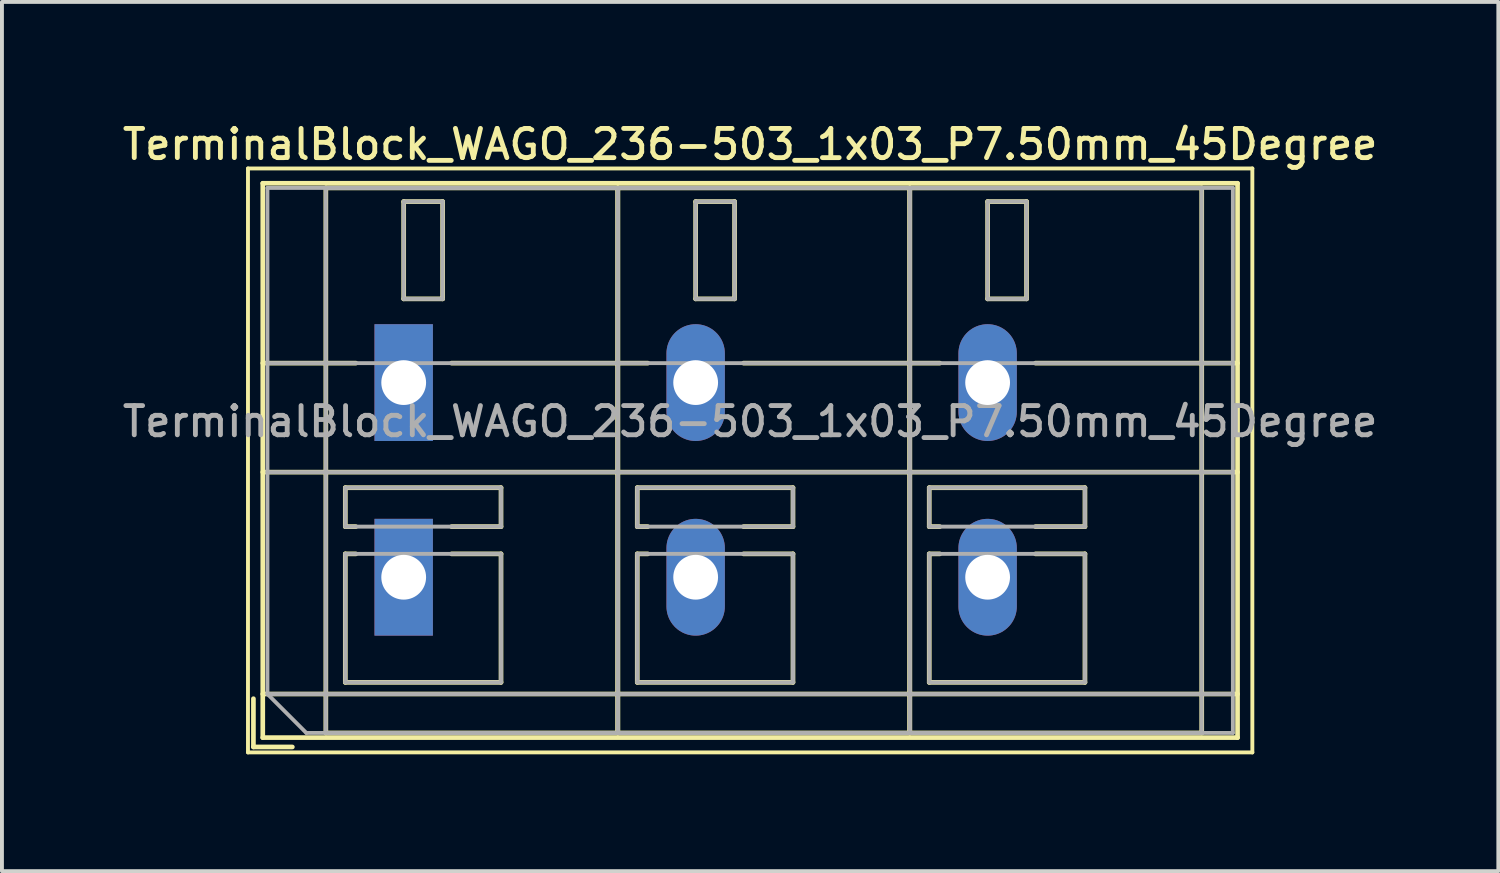
<source format=kicad_pcb>
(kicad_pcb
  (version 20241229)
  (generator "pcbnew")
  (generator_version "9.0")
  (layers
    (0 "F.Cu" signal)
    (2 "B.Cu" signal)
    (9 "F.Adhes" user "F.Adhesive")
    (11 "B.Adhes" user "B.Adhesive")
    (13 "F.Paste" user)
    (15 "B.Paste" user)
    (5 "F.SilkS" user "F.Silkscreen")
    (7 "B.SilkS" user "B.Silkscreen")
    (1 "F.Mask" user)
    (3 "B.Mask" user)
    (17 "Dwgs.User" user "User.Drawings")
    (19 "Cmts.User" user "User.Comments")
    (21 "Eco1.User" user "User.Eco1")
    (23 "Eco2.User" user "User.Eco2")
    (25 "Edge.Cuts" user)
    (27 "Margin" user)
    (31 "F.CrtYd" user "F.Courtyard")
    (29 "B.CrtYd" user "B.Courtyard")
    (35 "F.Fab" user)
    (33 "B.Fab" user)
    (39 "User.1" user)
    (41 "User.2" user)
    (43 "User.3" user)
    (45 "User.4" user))
  (footprint "TerminalBlock_WAGO_236-503_1x03_P7.50mm_45Degree"
    (layer "F.Cu")
    (at 7.32 6.778)
    (property "Reference" "TerminalBlock_WAGO_236-503_1x03_P7.50mm_45Degree" (at 8.9 -6.12 0) (layer "F.SilkS") (effects (font (size 0.75 0.75) (thickness 0.125))))
    (attr through_hole)
    (fp_line (start -4 -5.5) (end -4 9.5) (stroke (width 0.1) (type solid)) (layer "F.SilkS"))
    (fp_line (start -4 9.5) (end 21.8 9.5) (stroke (width 0.1) (type solid)) (layer "F.SilkS"))
    (fp_line (start -3.86 8.12) (end -3.86 9.36) (stroke (width 0.12) (type solid)) (layer "F.SilkS"))
    (fp_line (start -3.86 9.36) (end -2.86 9.36) (stroke (width 0.12) (type solid)) (layer "F.SilkS"))
    (fp_line (start -3.62 -5.12) (end -3.62 9.12) (stroke (width 0.12) (type solid)) (layer "F.SilkS"))
    (fp_line (start -3.62 -5.12) (end 21.42 -5.12) (stroke (width 0.12) (type solid)) (layer "F.SilkS"))
    (fp_line (start -3.62 -0.5) (end -1.23 -0.5) (stroke (width 0.12) (type solid)) (layer "F.SilkS"))
    (fp_line (start -3.62 2.3) (end 21.42 2.3) (stroke (width 0.12) (type solid)) (layer "F.SilkS"))
    (fp_line (start -3.62 8) (end 21.42 8) (stroke (width 0.12) (type solid)) (layer "F.SilkS"))
    (fp_line (start -3.62 9.12) (end 21.42 9.12) (stroke (width 0.12) (type solid)) (layer "F.SilkS"))
    (fp_line (start -2 -5) (end -2 9) (stroke (width 0.12) (type solid)) (layer "F.SilkS"))
    (fp_line (start -2 -5) (end 5.5 -5) (stroke (width 0.12) (type solid)) (layer "F.SilkS"))
    (fp_line (start -2 9) (end 5.5 9) (stroke (width 0.12) (type solid)) (layer "F.SilkS"))
    (fp_line (start -1.5 2.7) (end -1.5 3.7) (stroke (width 0.12) (type solid)) (layer "F.SilkS"))
    (fp_line (start -1.5 2.7) (end 2.5 2.7) (stroke (width 0.12) (type solid)) (layer "F.SilkS"))
    (fp_line (start -1.5 3.7) (end -1.23 3.7) (stroke (width 0.12) (type solid)) (layer "F.SilkS"))
    (fp_line (start -1.5 4.4) (end -1.5 7.7) (stroke (width 0.12) (type solid)) (layer "F.SilkS"))
    (fp_line (start -1.5 4.4) (end -1.23 4.4) (stroke (width 0.12) (type solid)) (layer "F.SilkS"))
    (fp_line (start -1.5 7.7) (end 2.5 7.7) (stroke (width 0.12) (type solid)) (layer "F.SilkS"))
    (fp_line (start 0 -4.65) (end 0 -2.151) (stroke (width 0.12) (type solid)) (layer "F.SilkS"))
    (fp_line (start 0 -4.65) (end 1 -4.65) (stroke (width 0.12) (type solid)) (layer "F.SilkS"))
    (fp_line (start 0 -2.151) (end 1 -2.151) (stroke (width 0.12) (type solid)) (layer "F.SilkS"))
    (fp_line (start 1 -4.65) (end 1 -2.151) (stroke (width 0.12) (type solid)) (layer "F.SilkS"))
    (fp_line (start 1.23 -0.5) (end 6.27 -0.5) (stroke (width 0.12) (type solid)) (layer "F.SilkS"))
    (fp_line (start 1.23 3.7) (end 2.5 3.7) (stroke (width 0.12) (type solid)) (layer "F.SilkS"))
    (fp_line (start 1.23 4.4) (end 2.5 4.4) (stroke (width 0.12) (type solid)) (layer "F.SilkS"))
    (fp_line (start 2.5 2.7) (end 2.5 3.7) (stroke (width 0.12) (type solid)) (layer "F.SilkS"))
    (fp_line (start 2.5 4.4) (end 2.5 7.7) (stroke (width 0.12) (type solid)) (layer "F.SilkS"))
    (fp_line (start 5.5 -5) (end 5.5 9) (stroke (width 0.12) (type solid)) (layer "F.SilkS"))
    (fp_line (start 5.5 -5) (end 5.5 9) (stroke (width 0.12) (type solid)) (layer "F.SilkS"))
    (fp_line (start 5.5 -5) (end 13 -5) (stroke (width 0.12) (type solid)) (layer "F.SilkS"))
    (fp_line (start 5.5 9) (end 13 9) (stroke (width 0.12) (type solid)) (layer "F.SilkS"))
    (fp_line (start 6 2.7) (end 6 3.7) (stroke (width 0.12) (type solid)) (layer "F.SilkS"))
    (fp_line (start 6 2.7) (end 10 2.7) (stroke (width 0.12) (type solid)) (layer "F.SilkS"))
    (fp_line (start 6 3.7) (end 6.27 3.7) (stroke (width 0.12) (type solid)) (layer "F.SilkS"))
    (fp_line (start 6 4.4) (end 6 7.7) (stroke (width 0.12) (type solid)) (layer "F.SilkS"))
    (fp_line (start 6 4.4) (end 6.27 4.4) (stroke (width 0.12) (type solid)) (layer "F.SilkS"))
    (fp_line (start 6 7.7) (end 10 7.7) (stroke (width 0.12) (type solid)) (layer "F.SilkS"))
    (fp_line (start 7.5 -4.65) (end 7.5 -2.151) (stroke (width 0.12) (type solid)) (layer "F.SilkS"))
    (fp_line (start 7.5 -4.65) (end 8.5 -4.65) (stroke (width 0.12) (type solid)) (layer "F.SilkS"))
    (fp_line (start 7.5 -2.151) (end 8.5 -2.151) (stroke (width 0.12) (type solid)) (layer "F.SilkS"))
    (fp_line (start 8.5 -4.65) (end 8.5 -2.151) (stroke (width 0.12) (type solid)) (layer "F.SilkS"))
    (fp_line (start 8.73 -0.5) (end 13.77 -0.5) (stroke (width 0.12) (type solid)) (layer "F.SilkS"))
    (fp_line (start 8.73 3.7) (end 10 3.7) (stroke (width 0.12) (type solid)) (layer "F.SilkS"))
    (fp_line (start 8.73 4.4) (end 10 4.4) (stroke (width 0.12) (type solid)) (layer "F.SilkS"))
    (fp_line (start 10 2.7) (end 10 3.7) (stroke (width 0.12) (type solid)) (layer "F.SilkS"))
    (fp_line (start 10 4.4) (end 10 7.7) (stroke (width 0.12) (type solid)) (layer "F.SilkS"))
    (fp_line (start 13 -5) (end 13 9) (stroke (width 0.12) (type solid)) (layer "F.SilkS"))
    (fp_line (start 13 -5) (end 13 9) (stroke (width 0.12) (type solid)) (layer "F.SilkS"))
    (fp_line (start 13 -5) (end 20.5 -5) (stroke (width 0.12) (type solid)) (layer "F.SilkS"))
    (fp_line (start 13 9) (end 20.5 9) (stroke (width 0.12) (type solid)) (layer "F.SilkS"))
    (fp_line (start 13.5 2.7) (end 13.5 3.7) (stroke (width 0.12) (type solid)) (layer "F.SilkS"))
    (fp_line (start 13.5 2.7) (end 17.5 2.7) (stroke (width 0.12) (type solid)) (layer "F.SilkS"))
    (fp_line (start 13.5 3.7) (end 13.77 3.7) (stroke (width 0.12) (type solid)) (layer "F.SilkS"))
    (fp_line (start 13.5 4.4) (end 13.5 7.7) (stroke (width 0.12) (type solid)) (layer "F.SilkS"))
    (fp_line (start 13.5 4.4) (end 13.77 4.4) (stroke (width 0.12) (type solid)) (layer "F.SilkS"))
    (fp_line (start 13.5 7.7) (end 17.5 7.7) (stroke (width 0.12) (type solid)) (layer "F.SilkS"))
    (fp_line (start 15 -4.65) (end 15 -2.151) (stroke (width 0.12) (type solid)) (layer "F.SilkS"))
    (fp_line (start 15 -4.65) (end 16 -4.65) (stroke (width 0.12) (type solid)) (layer "F.SilkS"))
    (fp_line (start 15 -2.151) (end 16 -2.151) (stroke (width 0.12) (type solid)) (layer "F.SilkS"))
    (fp_line (start 16 -4.65) (end 16 -2.151) (stroke (width 0.12) (type solid)) (layer "F.SilkS"))
    (fp_line (start 16.23 -0.5) (end 21.42 -0.5) (stroke (width 0.12) (type solid)) (layer "F.SilkS"))
    (fp_line (start 16.23 3.7) (end 17.5 3.7) (stroke (width 0.12) (type solid)) (layer "F.SilkS"))
    (fp_line (start 16.23 4.4) (end 17.5 4.4) (stroke (width 0.12) (type solid)) (layer "F.SilkS"))
    (fp_line (start 17.5 2.7) (end 17.5 3.7) (stroke (width 0.12) (type solid)) (layer "F.SilkS"))
    (fp_line (start 17.5 4.4) (end 17.5 7.7) (stroke (width 0.12) (type solid)) (layer "F.SilkS"))
    (fp_line (start 20.5 -5) (end 20.5 9) (stroke (width 0.12) (type solid)) (layer "F.SilkS"))
    (fp_line (start 21.42 -5.12) (end 21.42 9.12) (stroke (width 0.12) (type solid)) (layer "F.SilkS"))
    (fp_line (start 21.8 -5.5) (end -4 -5.5) (stroke (width 0.1) (type solid)) (layer "F.SilkS"))
    (fp_line (start 21.8 9.5) (end 21.8 -5.5) (stroke (width 0.1) (type solid)) (layer "F.SilkS"))
    (fp_line (start -3.5 -5) (end 21.3 -5) (stroke (width 0.1) (type solid)) (layer "F.Fab"))
    (fp_line (start -3.5 -0.5) (end 21.3 -0.5) (stroke (width 0.1) (type solid)) (layer "F.Fab"))
    (fp_line (start -3.5 2.3) (end 21.3 2.3) (stroke (width 0.1) (type solid)) (layer "F.Fab"))
    (fp_line (start -3.5 8) (end -3.5 -5) (stroke (width 0.1) (type solid)) (layer "F.Fab"))
    (fp_line (start -3.5 8) (end 21.3 8) (stroke (width 0.1) (type solid)) (layer "F.Fab"))
    (fp_line (start -2.5 9) (end -3.5 8) (stroke (width 0.1) (type solid)) (layer "F.Fab"))
    (fp_line (start -2 -5) (end -2 9) (stroke (width 0.1) (type solid)) (layer "F.Fab"))
    (fp_line (start -2 9) (end 5.5 9) (stroke (width 0.1) (type solid)) (layer "F.Fab"))
    (fp_line (start -1.5 2.7) (end -1.5 3.7) (stroke (width 0.1) (type solid)) (layer "F.Fab"))
    (fp_line (start -1.5 3.7) (end 2.5 3.7) (stroke (width 0.1) (type solid)) (layer "F.Fab"))
    (fp_line (start -1.5 4.4) (end -1.5 7.7) (stroke (width 0.1) (type solid)) (layer "F.Fab"))
    (fp_line (start -1.5 7.7) (end 2.5 7.7) (stroke (width 0.1) (type solid)) (layer "F.Fab"))
    (fp_line (start 0 -4.65) (end 0 -2.15) (stroke (width 0.1) (type solid)) (layer "F.Fab"))
    (fp_line (start 0 -2.15) (end 1 -2.15) (stroke (width 0.1) (type solid)) (layer "F.Fab"))
    (fp_line (start 1 -4.65) (end 0 -4.65) (stroke (width 0.1) (type solid)) (layer "F.Fab"))
    (fp_line (start 1 -2.15) (end 1 -4.65) (stroke (width 0.1) (type solid)) (layer "F.Fab"))
    (fp_line (start 2.5 2.7) (end -1.5 2.7) (stroke (width 0.1) (type solid)) (layer "F.Fab"))
    (fp_line (start 2.5 3.7) (end 2.5 2.7) (stroke (width 0.1) (type solid)) (layer "F.Fab"))
    (fp_line (start 2.5 4.4) (end -1.5 4.4) (stroke (width 0.1) (type solid)) (layer "F.Fab"))
    (fp_line (start 2.5 7.7) (end 2.5 4.4) (stroke (width 0.1) (type solid)) (layer "F.Fab"))
    (fp_line (start 5.5 -5) (end -2 -5) (stroke (width 0.1) (type solid)) (layer "F.Fab"))
    (fp_line (start 5.5 -5) (end 5.5 9) (stroke (width 0.1) (type solid)) (layer "F.Fab"))
    (fp_line (start 5.5 9) (end 5.5 -5) (stroke (width 0.1) (type solid)) (layer "F.Fab"))
    (fp_line (start 5.5 9) (end 13 9) (stroke (width 0.1) (type solid)) (layer "F.Fab"))
    (fp_line (start 6 2.7) (end 6 3.7) (stroke (width 0.1) (type solid)) (layer "F.Fab"))
    (fp_line (start 6 3.7) (end 10 3.7) (stroke (width 0.1) (type solid)) (layer "F.Fab"))
    (fp_line (start 6 4.4) (end 6 7.7) (stroke (width 0.1) (type solid)) (layer "F.Fab"))
    (fp_line (start 6 7.7) (end 10 7.7) (stroke (width 0.1) (type solid)) (layer "F.Fab"))
    (fp_line (start 7.5 -4.65) (end 7.5 -2.15) (stroke (width 0.1) (type solid)) (layer "F.Fab"))
    (fp_line (start 7.5 -2.15) (end 8.5 -2.15) (stroke (width 0.1) (type solid)) (layer "F.Fab"))
    (fp_line (start 8.5 -4.65) (end 7.5 -4.65) (stroke (width 0.1) (type solid)) (layer "F.Fab"))
    (fp_line (start 8.5 -2.15) (end 8.5 -4.65) (stroke (width 0.1) (type solid)) (layer "F.Fab"))
    (fp_line (start 10 2.7) (end 6 2.7) (stroke (width 0.1) (type solid)) (layer "F.Fab"))
    (fp_line (start 10 3.7) (end 10 2.7) (stroke (width 0.1) (type solid)) (layer "F.Fab"))
    (fp_line (start 10 4.4) (end 6 4.4) (stroke (width 0.1) (type solid)) (layer "F.Fab"))
    (fp_line (start 10 7.7) (end 10 4.4) (stroke (width 0.1) (type solid)) (layer "F.Fab"))
    (fp_line (start 13 -5) (end 5.5 -5) (stroke (width 0.1) (type solid)) (layer "F.Fab"))
    (fp_line (start 13 -5) (end 13 9) (stroke (width 0.1) (type solid)) (layer "F.Fab"))
    (fp_line (start 13 9) (end 13 -5) (stroke (width 0.1) (type solid)) (layer "F.Fab"))
    (fp_line (start 13 9) (end 20.5 9) (stroke (width 0.1) (type solid)) (layer "F.Fab"))
    (fp_line (start 13.5 2.7) (end 13.5 3.7) (stroke (width 0.1) (type solid)) (layer "F.Fab"))
    (fp_line (start 13.5 3.7) (end 17.5 3.7) (stroke (width 0.1) (type solid)) (layer "F.Fab"))
    (fp_line (start 13.5 4.4) (end 13.5 7.7) (stroke (width 0.1) (type solid)) (layer "F.Fab"))
    (fp_line (start 13.5 7.7) (end 17.5 7.7) (stroke (width 0.1) (type solid)) (layer "F.Fab"))
    (fp_line (start 15 -4.65) (end 15 -2.15) (stroke (width 0.1) (type solid)) (layer "F.Fab"))
    (fp_line (start 15 -2.15) (end 16 -2.15) (stroke (width 0.1) (type solid)) (layer "F.Fab"))
    (fp_line (start 16 -4.65) (end 15 -4.65) (stroke (width 0.1) (type solid)) (layer "F.Fab"))
    (fp_line (start 16 -2.15) (end 16 -4.65) (stroke (width 0.1) (type solid)) (layer "F.Fab"))
    (fp_line (start 17.5 2.7) (end 13.5 2.7) (stroke (width 0.1) (type solid)) (layer "F.Fab"))
    (fp_line (start 17.5 3.7) (end 17.5 2.7) (stroke (width 0.1) (type solid)) (layer "F.Fab"))
    (fp_line (start 17.5 4.4) (end 13.5 4.4) (stroke (width 0.1) (type solid)) (layer "F.Fab"))
    (fp_line (start 17.5 7.7) (end 17.5 4.4) (stroke (width 0.1) (type solid)) (layer "F.Fab"))
    (fp_line (start 20.5 -5) (end 13 -5) (stroke (width 0.1) (type solid)) (layer "F.Fab"))
    (fp_line (start 20.5 9) (end 20.5 -5) (stroke (width 0.1) (type solid)) (layer "F.Fab"))
    (fp_line (start 21.3 -5) (end 21.3 9) (stroke (width 0.1) (type solid)) (layer "F.Fab"))
    (fp_line (start 21.3 9) (end -2.5 9) (stroke (width 0.1) (type solid)) (layer "F.Fab"))
    (fp_text user "${REFERENCE}" (at 8.9 1 0) (layer "F.Fab") (effects (font (size 0.75 0.75) (thickness 0.125))))
    (pad "1" thru_hole rect (at 0 0) (size 1.5 3) (drill 1.15) (layers "*.Cu" "*.Mask"))
    (pad "1" thru_hole rect (at 0 5) (size 1.5 3) (drill 1.15) (layers "*.Cu" "*.Mask"))
    (pad "2" thru_hole oval (at 7.5 0) (size 1.5 3) (drill 1.15) (layers "*.Cu" "*.Mask"))
    (pad "2" thru_hole oval (at 7.5 5) (size 1.5 3) (drill 1.15) (layers "*.Cu" "*.Mask"))
    (pad "3" thru_hole oval (at 15 0) (size 1.5 3) (drill 1.15) (layers "*.Cu" "*.Mask"))
    (pad "3" thru_hole oval (at 15 5) (size 1.5 3) (drill 1.15) (layers "*.Cu" "*.Mask")))
  (gr_rect
    (start -3 -3)
    (end 35.439 19.328)
    (stroke (width 0.1) (type default))
    (fill no)
    (layer "Edge.Cuts")))
</source>
